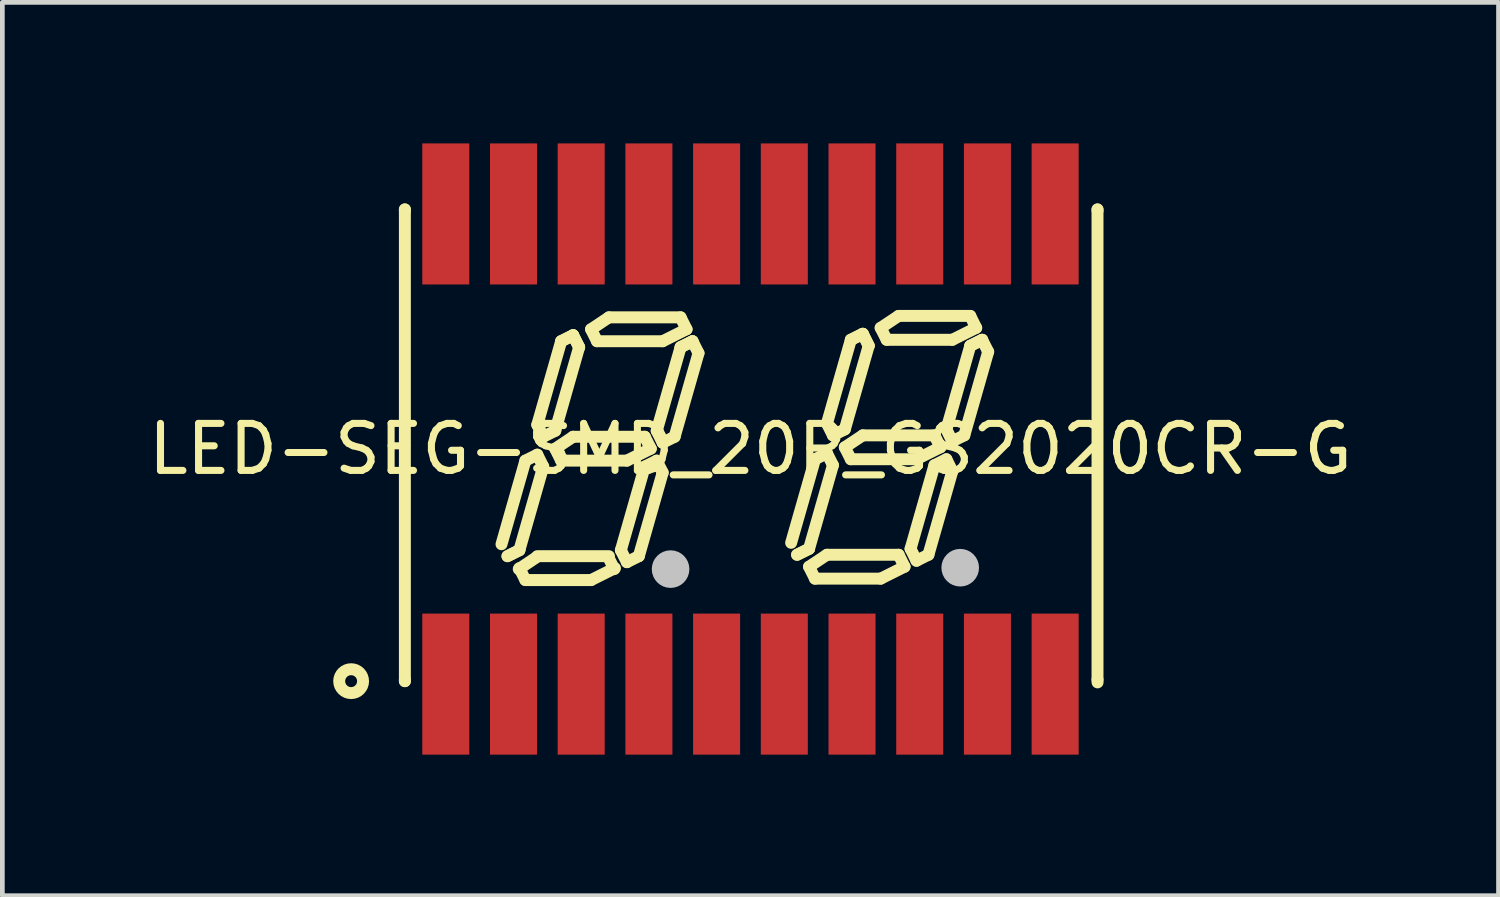
<source format=kicad_pcb>
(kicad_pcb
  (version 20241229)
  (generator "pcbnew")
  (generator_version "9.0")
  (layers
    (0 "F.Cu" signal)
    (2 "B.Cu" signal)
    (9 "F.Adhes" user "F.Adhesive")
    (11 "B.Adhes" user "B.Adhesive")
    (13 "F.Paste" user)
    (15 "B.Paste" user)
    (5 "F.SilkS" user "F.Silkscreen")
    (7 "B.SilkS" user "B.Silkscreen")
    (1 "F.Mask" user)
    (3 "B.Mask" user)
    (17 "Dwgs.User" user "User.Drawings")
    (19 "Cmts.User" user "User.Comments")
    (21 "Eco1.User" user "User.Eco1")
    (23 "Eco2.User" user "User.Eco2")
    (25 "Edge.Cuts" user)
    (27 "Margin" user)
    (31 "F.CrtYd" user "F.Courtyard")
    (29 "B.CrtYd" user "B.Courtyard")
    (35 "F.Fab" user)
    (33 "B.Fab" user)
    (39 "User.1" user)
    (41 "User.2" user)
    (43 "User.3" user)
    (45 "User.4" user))
  (footprint "LED-SEG-SMD_20P_GS2020CR-G"
    (layer "F.Cu")
    (at 12.911 6.5)
    (property "Reference" "LED-SEG-SMD_20P_GS2020CR-G" (at 0 0 0) (layer "F.SilkS") (effects (font (size 1 1) (thickness 0.15))))
    (fp_line (start -7.35 -5.096) (end -7.35 -5.07) (stroke (width 0.254) (type default)) (layer "F.SilkS"))
    (fp_line (start -7.35 4.904) (end -7.35 4.937) (stroke (width 0.254) (type default)) (layer "F.SilkS"))
    (fp_line (start -7.35 4.937) (end -7.35 -5.096) (stroke (width 0.254) (type default)) (layer "F.SilkS"))
    (fp_line (start -5.168 2.279) (end -4.915 2.152) (stroke (width 0.254) (type default)) (layer "F.SilkS"))
    (fp_line (start -5.168 2.279) (end -4.915 2.152) (stroke (width 0.254) (type default)) (layer "F.SilkS"))
    (fp_line (start -4.928 2.554) (end -4.548 2.3) (stroke (width 0.254) (type default)) (layer "F.SilkS"))
    (fp_line (start -4.915 2.152) (end -4.407 0.374) (stroke (width 0.254) (type default)) (layer "F.SilkS"))
    (fp_line (start -4.787 0.247) (end -5.295 2.025) (stroke (width 0.254) (type default)) (layer "F.SilkS"))
    (fp_line (start -4.787 2.787) (end -4.915 2.533) (stroke (width 0.254) (type default)) (layer "F.SilkS"))
    (fp_line (start -4.534 -0.515) (end -4.407 -0.261) (stroke (width 0.254) (type default)) (layer "F.SilkS"))
    (fp_line (start -4.534 0.12) (end -4.787 0.247) (stroke (width 0.254) (type default)) (layer "F.SilkS"))
    (fp_line (start -4.534 2.279) (end -3.01 2.279) (stroke (width 0.254) (type default)) (layer "F.SilkS"))
    (fp_line (start -4.407 -0.261) (end -4.152 -0.388) (stroke (width 0.254) (type default)) (layer "F.SilkS"))
    (fp_line (start -4.407 0.374) (end -4.534 0.12) (stroke (width 0.254) (type default)) (layer "F.SilkS"))
    (fp_line (start -4.152 -0.388) (end -3.644 -2.166) (stroke (width 0.254) (type default)) (layer "F.SilkS"))
    (fp_line (start -4.152 -0.007) (end -3.772 -0.261) (stroke (width 0.254) (type default)) (layer "F.SilkS"))
    (fp_line (start -4.026 -2.293) (end -4.534 -0.515) (stroke (width 0.254) (type default)) (layer "F.SilkS"))
    (fp_line (start -4.026 0.247) (end -4.152 -0.007) (stroke (width 0.254) (type default)) (layer "F.SilkS"))
    (fp_line (start -3.772 -2.42) (end -4.026 -2.293) (stroke (width 0.254) (type default)) (layer "F.SilkS"))
    (fp_line (start -3.772 -2.42) (end -4.026 -2.293) (stroke (width 0.254) (type default)) (layer "F.SilkS"))
    (fp_line (start -3.772 -0.261) (end -2.248 -0.261) (stroke (width 0.254) (type default)) (layer "F.SilkS"))
    (fp_line (start -3.644 -2.166) (end -3.772 -2.42) (stroke (width 0.254) (type default)) (layer "F.SilkS"))
    (fp_line (start -3.644 -2.166) (end -3.772 -2.42) (stroke (width 0.254) (type default)) (layer "F.SilkS"))
    (fp_line (start -3.39 -2.547) (end -3.01 -2.801) (stroke (width 0.254) (type default)) (layer "F.SilkS"))
    (fp_line (start -3.39 2.787) (end -4.787 2.787) (stroke (width 0.254) (type default)) (layer "F.SilkS"))
    (fp_line (start -3.264 -2.293) (end -3.39 -2.547) (stroke (width 0.254) (type default)) (layer "F.SilkS"))
    (fp_line (start -3.023 2.3) (end -2.897 2.554) (stroke (width 0.254) (type default)) (layer "F.SilkS"))
    (fp_line (start -3.01 -2.801) (end -1.486 -2.801) (stroke (width 0.254) (type default)) (layer "F.SilkS"))
    (fp_line (start -2.882 2.533) (end -3.39 2.787) (stroke (width 0.254) (type default)) (layer "F.SilkS"))
    (fp_line (start -2.756 2.152) (end -2.628 2.406) (stroke (width 0.254) (type default)) (layer "F.SilkS"))
    (fp_line (start -2.628 0.247) (end -4.026 0.247) (stroke (width 0.254) (type default)) (layer "F.SilkS"))
    (fp_line (start -2.628 2.406) (end -2.374 2.279) (stroke (width 0.254) (type default)) (layer "F.SilkS"))
    (fp_line (start -2.374 2.279) (end -1.867 0.501) (stroke (width 0.254) (type default)) (layer "F.SilkS"))
    (fp_line (start -2.248 -0.261) (end -2.12 -0.007) (stroke (width 0.254) (type default)) (layer "F.SilkS"))
    (fp_line (start -2.248 0.374) (end -2.756 2.152) (stroke (width 0.254) (type default)) (layer "F.SilkS"))
    (fp_line (start -2.12 -0.007) (end -2.628 0.247) (stroke (width 0.254) (type default)) (layer "F.SilkS"))
    (fp_line (start -1.994 -0.388) (end -1.867 -0.134) (stroke (width 0.254) (type default)) (layer "F.SilkS"))
    (fp_line (start -1.994 0.247) (end -2.248 0.374) (stroke (width 0.254) (type default)) (layer "F.SilkS"))
    (fp_line (start -1.867 -2.293) (end -3.264 -2.293) (stroke (width 0.254) (type default)) (layer "F.SilkS"))
    (fp_line (start -1.867 -0.134) (end -1.613 -0.261) (stroke (width 0.254) (type default)) (layer "F.SilkS"))
    (fp_line (start -1.867 0.501) (end -1.994 0.247) (stroke (width 0.254) (type default)) (layer "F.SilkS"))
    (fp_line (start -1.613 -0.261) (end -1.105 -2.039) (stroke (width 0.254) (type default)) (layer "F.SilkS"))
    (fp_line (start -1.486 -2.801) (end -1.359 -2.547) (stroke (width 0.254) (type default)) (layer "F.SilkS"))
    (fp_line (start -1.486 -2.166) (end -1.994 -0.388) (stroke (width 0.254) (type default)) (layer "F.SilkS"))
    (fp_line (start -1.486 -2.166) (end -1.232 -2.293) (stroke (width 0.254) (type default)) (layer "F.SilkS"))
    (fp_line (start -1.359 -2.547) (end -1.867 -2.293) (stroke (width 0.254) (type default)) (layer "F.SilkS"))
    (fp_line (start -1.232 -2.293) (end -1.486 -2.166) (stroke (width 0.254) (type default)) (layer "F.SilkS"))
    (fp_line (start -1.105 -2.039) (end -1.232 -2.293) (stroke (width 0.254) (type default)) (layer "F.SilkS"))
    (fp_line (start 0.992 2.249) (end 1.246 2.122) (stroke (width 0.254) (type default)) (layer "F.SilkS"))
    (fp_line (start 0.992 2.249) (end 1.246 2.122) (stroke (width 0.254) (type default)) (layer "F.SilkS"))
    (fp_line (start 1.246 2.122) (end 1.754 0.344) (stroke (width 0.254) (type default)) (layer "F.SilkS"))
    (fp_line (start 1.246 2.503) (end 1.627 2.249) (stroke (width 0.254) (type default)) (layer "F.SilkS"))
    (fp_line (start 1.373 0.217) (end 0.865 1.995) (stroke (width 0.254) (type default)) (layer "F.SilkS"))
    (fp_line (start 1.373 2.757) (end 1.246 2.503) (stroke (width 0.254) (type default)) (layer "F.SilkS"))
    (fp_line (start 1.627 -0.545) (end 1.754 -0.291) (stroke (width 0.254) (type default)) (layer "F.SilkS"))
    (fp_line (start 1.627 0.09) (end 1.373 0.217) (stroke (width 0.254) (type default)) (layer "F.SilkS"))
    (fp_line (start 1.627 2.249) (end 3.151 2.249) (stroke (width 0.254) (type default)) (layer "F.SilkS"))
    (fp_line (start 1.754 -0.291) (end 2.007 -0.418) (stroke (width 0.254) (type default)) (layer "F.SilkS"))
    (fp_line (start 1.754 0.344) (end 1.627 0.09) (stroke (width 0.254) (type default)) (layer "F.SilkS"))
    (fp_line (start 2.007 -0.418) (end 2.515 -2.196) (stroke (width 0.254) (type default)) (layer "F.SilkS"))
    (fp_line (start 2.007 -0.037) (end 2.389 -0.291) (stroke (width 0.254) (type default)) (layer "F.SilkS"))
    (fp_line (start 2.135 -2.323) (end 1.627 -0.545) (stroke (width 0.254) (type default)) (layer "F.SilkS"))
    (fp_line (start 2.135 0.217) (end 2.007 -0.037) (stroke (width 0.254) (type default)) (layer "F.SilkS"))
    (fp_line (start 2.389 -2.45) (end 2.135 -2.323) (stroke (width 0.254) (type default)) (layer "F.SilkS"))
    (fp_line (start 2.389 -2.45) (end 2.135 -2.323) (stroke (width 0.254) (type default)) (layer "F.SilkS"))
    (fp_line (start 2.389 -0.291) (end 3.913 -0.291) (stroke (width 0.254) (type default)) (layer "F.SilkS"))
    (fp_line (start 2.515 -2.196) (end 2.389 -2.45) (stroke (width 0.254) (type default)) (layer "F.SilkS"))
    (fp_line (start 2.515 -2.196) (end 2.389 -2.45) (stroke (width 0.254) (type default)) (layer "F.SilkS"))
    (fp_line (start 2.769 -2.577) (end 3.151 -2.831) (stroke (width 0.254) (type default)) (layer "F.SilkS"))
    (fp_line (start 2.769 2.757) (end 1.373 2.757) (stroke (width 0.254) (type default)) (layer "F.SilkS"))
    (fp_line (start 2.897 -2.323) (end 2.769 -2.577) (stroke (width 0.254) (type default)) (layer "F.SilkS"))
    (fp_line (start 3.151 -2.831) (end 4.675 -2.831) (stroke (width 0.254) (type default)) (layer "F.SilkS"))
    (fp_line (start 3.151 2.249) (end 3.277 2.503) (stroke (width 0.254) (type default)) (layer "F.SilkS"))
    (fp_line (start 3.277 2.503) (end 2.769 2.757) (stroke (width 0.254) (type default)) (layer "F.SilkS"))
    (fp_line (start 3.405 2.122) (end 3.531 2.376) (stroke (width 0.254) (type default)) (layer "F.SilkS"))
    (fp_line (start 3.531 0.217) (end 2.135 0.217) (stroke (width 0.254) (type default)) (layer "F.SilkS"))
    (fp_line (start 3.531 2.376) (end 3.785 2.249) (stroke (width 0.254) (type default)) (layer "F.SilkS"))
    (fp_line (start 3.785 2.249) (end 4.293 0.471) (stroke (width 0.254) (type default)) (layer "F.SilkS"))
    (fp_line (start 3.913 -0.291) (end 4.04 -0.037) (stroke (width 0.254) (type default)) (layer "F.SilkS"))
    (fp_line (start 3.913 0.344) (end 3.405 2.122) (stroke (width 0.254) (type default)) (layer "F.SilkS"))
    (fp_line (start 4.04 -0.037) (end 3.531 0.217) (stroke (width 0.254) (type default)) (layer "F.SilkS"))
    (fp_line (start 4.167 -0.418) (end 4.293 -0.164) (stroke (width 0.254) (type default)) (layer "F.SilkS"))
    (fp_line (start 4.167 0.217) (end 3.913 0.344) (stroke (width 0.254) (type default)) (layer "F.SilkS"))
    (fp_line (start 4.293 -2.323) (end 2.897 -2.323) (stroke (width 0.254) (type default)) (layer "F.SilkS"))
    (fp_line (start 4.293 -0.164) (end 4.548 -0.291) (stroke (width 0.254) (type default)) (layer "F.SilkS"))
    (fp_line (start 4.293 0.471) (end 4.167 0.217) (stroke (width 0.254) (type default)) (layer "F.SilkS"))
    (fp_line (start 4.548 -0.291) (end 5.056 -2.069) (stroke (width 0.254) (type default)) (layer "F.SilkS"))
    (fp_line (start 4.675 -2.831) (end 4.801 -2.577) (stroke (width 0.254) (type default)) (layer "F.SilkS"))
    (fp_line (start 4.675 -2.196) (end 4.167 -0.418) (stroke (width 0.254) (type default)) (layer "F.SilkS"))
    (fp_line (start 4.675 -2.196) (end 4.928 -2.323) (stroke (width 0.254) (type default)) (layer "F.SilkS"))
    (fp_line (start 4.801 -2.577) (end 4.293 -2.323) (stroke (width 0.254) (type default)) (layer "F.SilkS"))
    (fp_line (start 4.928 -2.323) (end 4.675 -2.196) (stroke (width 0.254) (type default)) (layer "F.SilkS"))
    (fp_line (start 5.056 -2.069) (end 4.928 -2.323) (stroke (width 0.254) (type default)) (layer "F.SilkS"))
    (fp_line (start 7.381 -5.096) (end 7.381 4.904) (stroke (width 0.254) (type default)) (layer "F.SilkS"))
    (fp_line (start 7.381 4.904) (end 7.382 4.963) (stroke (width 0.254) (type default)) (layer "F.SilkS"))
    (fp_line (start 7.382 -5.07) (end 7.381 -5.096) (stroke (width 0.254) (type default)) (layer "F.SilkS"))
    (fp_arc (start -1.661 2.3525) (mid -1.6635 2.712517) (end -1.666 2.3525) (stroke (width 0.254) (type default)) (layer "F.SilkS"))
    (fp_arc (start 4.499 2.3225) (mid 4.4965 2.681517) (end 4.494 2.3225) (stroke (width 0.254) (type default)) (layer "F.SilkS"))
    (fp_circle (center -8.493 4.937) (end -8.239 4.937) (stroke (width 0.254) (type default)) (fill no) (layer "F.SilkS"))
    (fp_circle (center -1.699 2.554) (end -1.499 2.554) (stroke (width 0.4) (type default)) (fill no) (layer "Dwgs.User"))
    (fp_circle (center 4.461 2.524) (end 4.661 2.524) (stroke (width 0.4) (type default)) (fill no) (layer "Dwgs.User"))
    (pad "1" smd rect (at -6.48 5) (size 1 3) (layers "F.Cu" "F.Mask" "F.Paste"))
    (pad "2" smd rect (at -5.04 5) (size 1 3) (layers "F.Cu" "F.Mask" "F.Paste"))
    (pad "3" smd rect (at -3.6 5) (size 1 3) (layers "F.Cu" "F.Mask" "F.Paste"))
    (pad "4" smd rect (at -2.16 5) (size 1 3) (layers "F.Cu" "F.Mask" "F.Paste"))
    (pad "5" smd rect (at -0.72 5) (size 1 3) (layers "F.Cu" "F.Mask" "F.Paste"))
    (pad "6" smd rect (at 0.72 5) (size 1 3) (layers "F.Cu" "F.Mask" "F.Paste"))
    (pad "7" smd rect (at 2.16 5) (size 1 3) (layers "F.Cu" "F.Mask" "F.Paste"))
    (pad "8" smd rect (at 3.6 5) (size 1 3) (layers "F.Cu" "F.Mask" "F.Paste"))
    (pad "9" smd rect (at 5.04 5) (size 1 3) (layers "F.Cu" "F.Mask" "F.Paste"))
    (pad "10" smd rect (at 6.48 5) (size 1 3) (layers "F.Cu" "F.Mask" "F.Paste"))
    (pad "11" smd rect (at 6.48 -5) (size 1 3) (layers "F.Cu" "F.Mask" "F.Paste"))
    (pad "12" smd rect (at 5.04 -5) (size 1 3) (layers "F.Cu" "F.Mask" "F.Paste"))
    (pad "13" smd rect (at 3.6 -5) (size 1 3) (layers "F.Cu" "F.Mask" "F.Paste"))
    (pad "14" smd rect (at 2.16 -5) (size 1 3) (layers "F.Cu" "F.Mask" "F.Paste"))
    (pad "15" smd rect (at 0.72 -5) (size 1 3) (layers "F.Cu" "F.Mask" "F.Paste"))
    (pad "16" smd rect (at -0.72 -5) (size 1 3) (layers "F.Cu" "F.Mask" "F.Paste"))
    (pad "17" smd rect (at -2.16 -5) (size 1 3) (layers "F.Cu" "F.Mask" "F.Paste"))
    (pad "18" smd rect (at -3.6 -5) (size 1 3) (layers "F.Cu" "F.Mask" "F.Paste"))
    (pad "19" smd rect (at -5.04 -5) (size 1 3) (layers "F.Cu" "F.Mask" "F.Paste"))
    (pad "20" smd rect (at -6.48 -5) (size 1 3) (layers "F.Cu" "F.Mask" "F.Paste")))
  (gr_rect
    (start -3 -3)
    (end 28.821 16)
    (stroke (width 0.1) (type default))
    (fill no)
    (layer "Edge.Cuts")))
</source>
